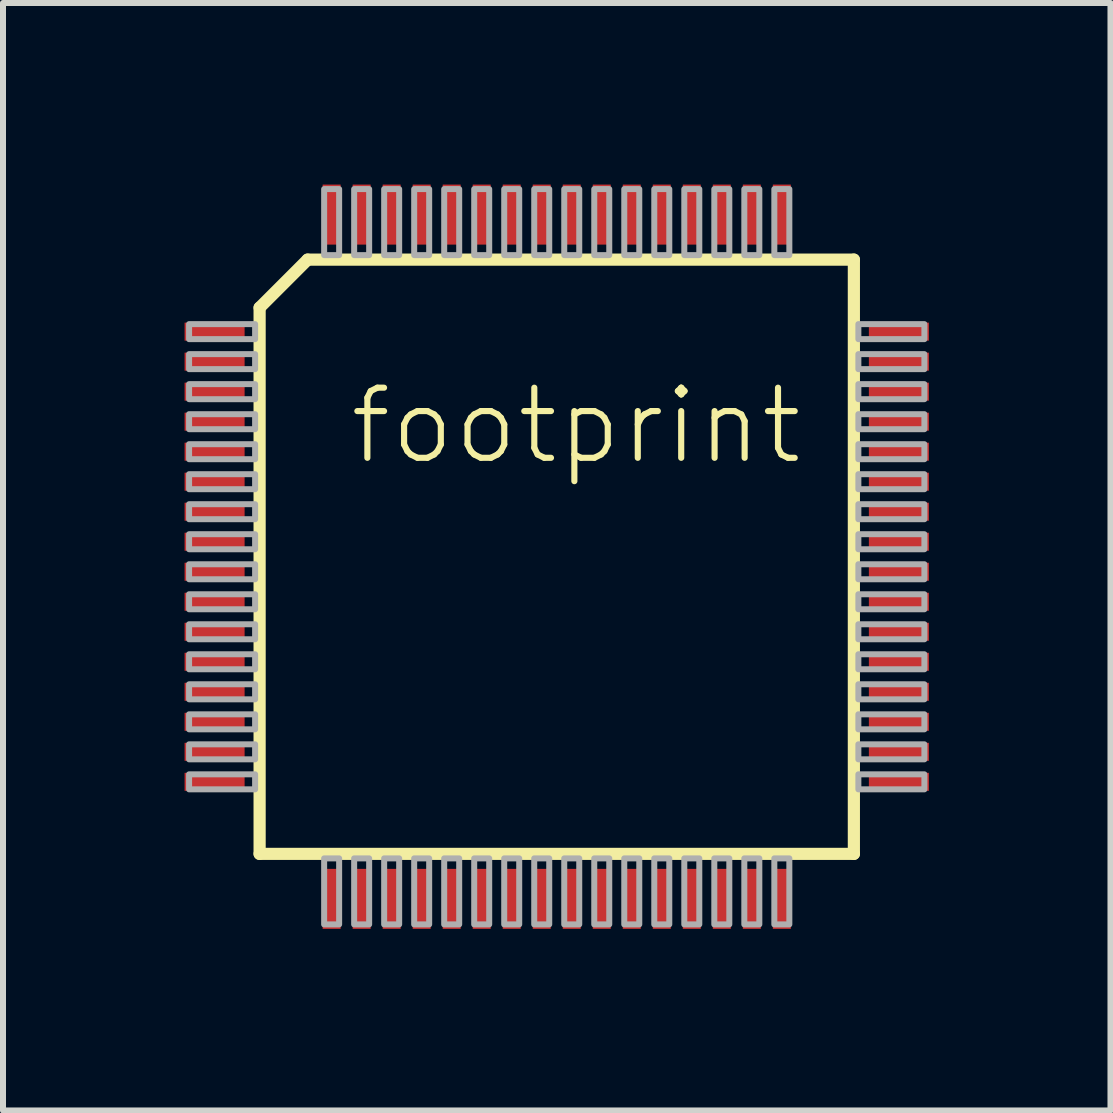
<source format=kicad_pcb>
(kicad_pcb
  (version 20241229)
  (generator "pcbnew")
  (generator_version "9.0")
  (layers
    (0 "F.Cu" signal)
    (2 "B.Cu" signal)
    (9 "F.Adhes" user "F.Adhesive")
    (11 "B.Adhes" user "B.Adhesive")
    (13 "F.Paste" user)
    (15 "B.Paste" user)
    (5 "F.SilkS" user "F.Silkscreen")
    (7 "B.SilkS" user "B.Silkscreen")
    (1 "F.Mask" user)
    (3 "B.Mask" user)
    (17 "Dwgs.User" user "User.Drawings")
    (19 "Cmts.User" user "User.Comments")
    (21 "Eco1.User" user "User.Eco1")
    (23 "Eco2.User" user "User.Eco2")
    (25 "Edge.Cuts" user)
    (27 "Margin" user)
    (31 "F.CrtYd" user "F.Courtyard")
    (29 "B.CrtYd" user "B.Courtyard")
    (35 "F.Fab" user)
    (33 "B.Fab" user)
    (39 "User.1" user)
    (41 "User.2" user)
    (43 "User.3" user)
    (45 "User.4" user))
  (footprint "footprint"
    (layer "F.Cu")
    (at 6.225 6.225)
    (property "Reference" "footprint" (at -3.5 -1.5 0) (layer "F.SilkS") (effects (font (size 1.168 1.168) (thickness 0.102)) (justify left bottom)))
    (fp_poly (pts (xy -6.225 -3.575) (xy -5.175 -3.575) (xy -5.175 -3.925) (xy -6.225 -3.925)) (stroke (width 0) (type solid)) (fill yes) (layer "F.Mask"))
    (fp_poly (pts (xy -6.225 -3.075) (xy -5.175 -3.075) (xy -5.175 -3.425) (xy -6.225 -3.425)) (stroke (width 0) (type solid)) (fill yes) (layer "F.Mask"))
    (fp_poly (pts (xy -6.225 -2.575) (xy -5.175 -2.575) (xy -5.175 -2.925) (xy -6.225 -2.925)) (stroke (width 0) (type solid)) (fill yes) (layer "F.Mask"))
    (fp_poly (pts (xy -6.225 -2.075) (xy -5.175 -2.075) (xy -5.175 -2.425) (xy -6.225 -2.425)) (stroke (width 0) (type solid)) (fill yes) (layer "F.Mask"))
    (fp_poly (pts (xy -6.225 -1.575) (xy -5.175 -1.575) (xy -5.175 -1.925) (xy -6.225 -1.925)) (stroke (width 0) (type solid)) (fill yes) (layer "F.Mask"))
    (fp_poly (pts (xy -6.225 -1.075) (xy -5.175 -1.075) (xy -5.175 -1.425) (xy -6.225 -1.425)) (stroke (width 0) (type solid)) (fill yes) (layer "F.Mask"))
    (fp_poly (pts (xy -6.225 -0.575) (xy -5.175 -0.575) (xy -5.175 -0.925) (xy -6.225 -0.925)) (stroke (width 0) (type solid)) (fill yes) (layer "F.Mask"))
    (fp_poly (pts (xy -6.225 -0.075) (xy -5.175 -0.075) (xy -5.175 -0.425) (xy -6.225 -0.425)) (stroke (width 0) (type solid)) (fill yes) (layer "F.Mask"))
    (fp_poly (pts (xy -6.225 0.425) (xy -5.175 0.425) (xy -5.175 0.075) (xy -6.225 0.075)) (stroke (width 0) (type solid)) (fill yes) (layer "F.Mask"))
    (fp_poly (pts (xy -6.225 0.925) (xy -5.175 0.925) (xy -5.175 0.575) (xy -6.225 0.575)) (stroke (width 0) (type solid)) (fill yes) (layer "F.Mask"))
    (fp_poly (pts (xy -6.225 1.425) (xy -5.175 1.425) (xy -5.175 1.075) (xy -6.225 1.075)) (stroke (width 0) (type solid)) (fill yes) (layer "F.Mask"))
    (fp_poly (pts (xy -6.225 1.925) (xy -5.175 1.925) (xy -5.175 1.575) (xy -6.225 1.575)) (stroke (width 0) (type solid)) (fill yes) (layer "F.Mask"))
    (fp_poly (pts (xy -6.225 2.425) (xy -5.175 2.425) (xy -5.175 2.075) (xy -6.225 2.075)) (stroke (width 0) (type solid)) (fill yes) (layer "F.Mask"))
    (fp_poly (pts (xy -6.225 2.925) (xy -5.175 2.925) (xy -5.175 2.575) (xy -6.225 2.575)) (stroke (width 0) (type solid)) (fill yes) (layer "F.Mask"))
    (fp_poly (pts (xy -6.225 3.425) (xy -5.175 3.425) (xy -5.175 3.075) (xy -6.225 3.075)) (stroke (width 0) (type solid)) (fill yes) (layer "F.Mask"))
    (fp_poly (pts (xy -6.225 3.925) (xy -5.175 3.925) (xy -5.175 3.575) (xy -6.225 3.575)) (stroke (width 0) (type solid)) (fill yes) (layer "F.Mask"))
    (fp_poly (pts (xy -3.925 -6.225) (xy -3.925 -5.175) (xy -3.575 -5.175) (xy -3.575 -6.225)) (stroke (width 0) (type solid)) (fill yes) (layer "F.Mask"))
    (fp_poly (pts (xy -3.575 6.225) (xy -3.575 5.175) (xy -3.925 5.175) (xy -3.925 6.225)) (stroke (width 0) (type solid)) (fill yes) (layer "F.Mask"))
    (fp_poly (pts (xy -3.425 -6.225) (xy -3.425 -5.175) (xy -3.075 -5.175) (xy -3.075 -6.225)) (stroke (width 0) (type solid)) (fill yes) (layer "F.Mask"))
    (fp_poly (pts (xy -3.075 6.225) (xy -3.075 5.175) (xy -3.425 5.175) (xy -3.425 6.225)) (stroke (width 0) (type solid)) (fill yes) (layer "F.Mask"))
    (fp_poly (pts (xy -2.925 -6.225) (xy -2.925 -5.175) (xy -2.575 -5.175) (xy -2.575 -6.225)) (stroke (width 0) (type solid)) (fill yes) (layer "F.Mask"))
    (fp_poly (pts (xy -2.575 6.225) (xy -2.575 5.175) (xy -2.925 5.175) (xy -2.925 6.225)) (stroke (width 0) (type solid)) (fill yes) (layer "F.Mask"))
    (fp_poly (pts (xy -2.425 -6.225) (xy -2.425 -5.175) (xy -2.075 -5.175) (xy -2.075 -6.225)) (stroke (width 0) (type solid)) (fill yes) (layer "F.Mask"))
    (fp_poly (pts (xy -2.075 6.225) (xy -2.075 5.175) (xy -2.425 5.175) (xy -2.425 6.225)) (stroke (width 0) (type solid)) (fill yes) (layer "F.Mask"))
    (fp_poly (pts (xy -1.925 -6.225) (xy -1.925 -5.175) (xy -1.575 -5.175) (xy -1.575 -6.225)) (stroke (width 0) (type solid)) (fill yes) (layer "F.Mask"))
    (fp_poly (pts (xy -1.575 6.225) (xy -1.575 5.175) (xy -1.925 5.175) (xy -1.925 6.225)) (stroke (width 0) (type solid)) (fill yes) (layer "F.Mask"))
    (fp_poly (pts (xy -1.425 -6.225) (xy -1.425 -5.175) (xy -1.075 -5.175) (xy -1.075 -6.225)) (stroke (width 0) (type solid)) (fill yes) (layer "F.Mask"))
    (fp_poly (pts (xy -1.075 6.225) (xy -1.075 5.175) (xy -1.425 5.175) (xy -1.425 6.225)) (stroke (width 0) (type solid)) (fill yes) (layer "F.Mask"))
    (fp_poly (pts (xy -0.925 -6.225) (xy -0.925 -5.175) (xy -0.575 -5.175) (xy -0.575 -6.225)) (stroke (width 0) (type solid)) (fill yes) (layer "F.Mask"))
    (fp_poly (pts (xy -0.575 6.225) (xy -0.575 5.175) (xy -0.925 5.175) (xy -0.925 6.225)) (stroke (width 0) (type solid)) (fill yes) (layer "F.Mask"))
    (fp_poly (pts (xy -0.425 -6.225) (xy -0.425 -5.175) (xy -0.075 -5.175) (xy -0.075 -6.225)) (stroke (width 0) (type solid)) (fill yes) (layer "F.Mask"))
    (fp_poly (pts (xy -0.075 6.225) (xy -0.075 5.175) (xy -0.425 5.175) (xy -0.425 6.225)) (stroke (width 0) (type solid)) (fill yes) (layer "F.Mask"))
    (fp_poly (pts (xy 0.075 -6.225) (xy 0.075 -5.175) (xy 0.425 -5.175) (xy 0.425 -6.225)) (stroke (width 0) (type solid)) (fill yes) (layer "F.Mask"))
    (fp_poly (pts (xy 0.425 6.225) (xy 0.425 5.175) (xy 0.075 5.175) (xy 0.075 6.225)) (stroke (width 0) (type solid)) (fill yes) (layer "F.Mask"))
    (fp_poly (pts (xy 0.575 -6.225) (xy 0.575 -5.175) (xy 0.925 -5.175) (xy 0.925 -6.225)) (stroke (width 0) (type solid)) (fill yes) (layer "F.Mask"))
    (fp_poly (pts (xy 0.925 6.225) (xy 0.925 5.175) (xy 0.575 5.175) (xy 0.575 6.225)) (stroke (width 0) (type solid)) (fill yes) (layer "F.Mask"))
    (fp_poly (pts (xy 1.075 -6.225) (xy 1.075 -5.175) (xy 1.425 -5.175) (xy 1.425 -6.225)) (stroke (width 0) (type solid)) (fill yes) (layer "F.Mask"))
    (fp_poly (pts (xy 1.425 6.225) (xy 1.425 5.175) (xy 1.075 5.175) (xy 1.075 6.225)) (stroke (width 0) (type solid)) (fill yes) (layer "F.Mask"))
    (fp_poly (pts (xy 1.575 -6.225) (xy 1.575 -5.175) (xy 1.925 -5.175) (xy 1.925 -6.225)) (stroke (width 0) (type solid)) (fill yes) (layer "F.Mask"))
    (fp_poly (pts (xy 1.925 6.225) (xy 1.925 5.175) (xy 1.575 5.175) (xy 1.575 6.225)) (stroke (width 0) (type solid)) (fill yes) (layer "F.Mask"))
    (fp_poly (pts (xy 2.075 -6.225) (xy 2.075 -5.175) (xy 2.425 -5.175) (xy 2.425 -6.225)) (stroke (width 0) (type solid)) (fill yes) (layer "F.Mask"))
    (fp_poly (pts (xy 2.425 6.225) (xy 2.425 5.175) (xy 2.075 5.175) (xy 2.075 6.225)) (stroke (width 0) (type solid)) (fill yes) (layer "F.Mask"))
    (fp_poly (pts (xy 2.575 -6.225) (xy 2.575 -5.175) (xy 2.925 -5.175) (xy 2.925 -6.225)) (stroke (width 0) (type solid)) (fill yes) (layer "F.Mask"))
    (fp_poly (pts (xy 2.925 6.225) (xy 2.925 5.175) (xy 2.575 5.175) (xy 2.575 6.225)) (stroke (width 0) (type solid)) (fill yes) (layer "F.Mask"))
    (fp_poly (pts (xy 3.075 -6.225) (xy 3.075 -5.175) (xy 3.425 -5.175) (xy 3.425 -6.225)) (stroke (width 0) (type solid)) (fill yes) (layer "F.Mask"))
    (fp_poly (pts (xy 3.425 6.225) (xy 3.425 5.175) (xy 3.075 5.175) (xy 3.075 6.225)) (stroke (width 0) (type solid)) (fill yes) (layer "F.Mask"))
    (fp_poly (pts (xy 3.575 -6.225) (xy 3.575 -5.175) (xy 3.925 -5.175) (xy 3.925 -6.225)) (stroke (width 0) (type solid)) (fill yes) (layer "F.Mask"))
    (fp_poly (pts (xy 3.925 6.225) (xy 3.925 5.175) (xy 3.575 5.175) (xy 3.575 6.225)) (stroke (width 0) (type solid)) (fill yes) (layer "F.Mask"))
    (fp_poly (pts (xy 6.225 -3.925) (xy 5.175 -3.925) (xy 5.175 -3.575) (xy 6.225 -3.575)) (stroke (width 0) (type solid)) (fill yes) (layer "F.Mask"))
    (fp_poly (pts (xy 6.225 -3.425) (xy 5.175 -3.425) (xy 5.175 -3.075) (xy 6.225 -3.075)) (stroke (width 0) (type solid)) (fill yes) (layer "F.Mask"))
    (fp_poly (pts (xy 6.225 -2.925) (xy 5.175 -2.925) (xy 5.175 -2.575) (xy 6.225 -2.575)) (stroke (width 0) (type solid)) (fill yes) (layer "F.Mask"))
    (fp_poly (pts (xy 6.225 -2.425) (xy 5.175 -2.425) (xy 5.175 -2.075) (xy 6.225 -2.075)) (stroke (width 0) (type solid)) (fill yes) (layer "F.Mask"))
    (fp_poly (pts (xy 6.225 -1.925) (xy 5.175 -1.925) (xy 5.175 -1.575) (xy 6.225 -1.575)) (stroke (width 0) (type solid)) (fill yes) (layer "F.Mask"))
    (fp_poly (pts (xy 6.225 -1.425) (xy 5.175 -1.425) (xy 5.175 -1.075) (xy 6.225 -1.075)) (stroke (width 0) (type solid)) (fill yes) (layer "F.Mask"))
    (fp_poly (pts (xy 6.225 -0.925) (xy 5.175 -0.925) (xy 5.175 -0.575) (xy 6.225 -0.575)) (stroke (width 0) (type solid)) (fill yes) (layer "F.Mask"))
    (fp_poly (pts (xy 6.225 -0.425) (xy 5.175 -0.425) (xy 5.175 -0.075) (xy 6.225 -0.075)) (stroke (width 0) (type solid)) (fill yes) (layer "F.Mask"))
    (fp_poly (pts (xy 6.225 0.075) (xy 5.175 0.075) (xy 5.175 0.425) (xy 6.225 0.425)) (stroke (width 0) (type solid)) (fill yes) (layer "F.Mask"))
    (fp_poly (pts (xy 6.225 0.575) (xy 5.175 0.575) (xy 5.175 0.925) (xy 6.225 0.925)) (stroke (width 0) (type solid)) (fill yes) (layer "F.Mask"))
    (fp_poly (pts (xy 6.225 1.075) (xy 5.175 1.075) (xy 5.175 1.425) (xy 6.225 1.425)) (stroke (width 0) (type solid)) (fill yes) (layer "F.Mask"))
    (fp_poly (pts (xy 6.225 1.575) (xy 5.175 1.575) (xy 5.175 1.925) (xy 6.225 1.925)) (stroke (width 0) (type solid)) (fill yes) (layer "F.Mask"))
    (fp_poly (pts (xy 6.225 2.075) (xy 5.175 2.075) (xy 5.175 2.425) (xy 6.225 2.425)) (stroke (width 0) (type solid)) (fill yes) (layer "F.Mask"))
    (fp_poly (pts (xy 6.225 2.575) (xy 5.175 2.575) (xy 5.175 2.925) (xy 6.225 2.925)) (stroke (width 0) (type solid)) (fill yes) (layer "F.Mask"))
    (fp_poly (pts (xy 6.225 3.075) (xy 5.175 3.075) (xy 5.175 3.425) (xy 6.225 3.425)) (stroke (width 0) (type solid)) (fill yes) (layer "F.Mask"))
    (fp_poly (pts (xy 6.225 3.575) (xy 5.175 3.575) (xy 5.175 3.925) (xy 6.225 3.925)) (stroke (width 0) (type solid)) (fill yes) (layer "F.Mask"))
    (fp_line (start -4.95 -4.15) (end -4.15 -4.95) (stroke (width 0.203) (type solid)) (layer "F.SilkS"))
    (fp_line (start -4.95 4.95) (end -4.95 -4.15) (stroke (width 0.203) (type solid)) (layer "F.SilkS"))
    (fp_line (start -4.15 -4.95) (end 4.95 -4.95) (stroke (width 0.203) (type solid)) (layer "F.SilkS"))
    (fp_line (start 4.95 -4.95) (end 4.95 4.95) (stroke (width 0.203) (type solid)) (layer "F.SilkS"))
    (fp_line (start 4.95 4.95) (end -4.95 4.95) (stroke (width 0.203) (type solid)) (layer "F.SilkS"))
    (fp_poly (pts (xy -6.125 -3.625) (xy -5.025 -3.625) (xy -5.025 -3.875) (xy -6.125 -3.875)) (stroke (width 0.1) (type solid)) (fill no) (layer "F.Fab"))
    (fp_poly (pts (xy -6.125 -3.125) (xy -5.025 -3.125) (xy -5.025 -3.375) (xy -6.125 -3.375)) (stroke (width 0.1) (type solid)) (fill no) (layer "F.Fab"))
    (fp_poly (pts (xy -6.125 -2.625) (xy -5.025 -2.625) (xy -5.025 -2.875) (xy -6.125 -2.875)) (stroke (width 0.1) (type solid)) (fill no) (layer "F.Fab"))
    (fp_poly (pts (xy -6.125 -2.125) (xy -5.025 -2.125) (xy -5.025 -2.375) (xy -6.125 -2.375)) (stroke (width 0.1) (type solid)) (fill no) (layer "F.Fab"))
    (fp_poly (pts (xy -6.125 -1.625) (xy -5.025 -1.625) (xy -5.025 -1.875) (xy -6.125 -1.875)) (stroke (width 0.1) (type solid)) (fill no) (layer "F.Fab"))
    (fp_poly (pts (xy -6.125 -1.125) (xy -5.025 -1.125) (xy -5.025 -1.375) (xy -6.125 -1.375)) (stroke (width 0.1) (type solid)) (fill no) (layer "F.Fab"))
    (fp_poly (pts (xy -6.125 -0.625) (xy -5.025 -0.625) (xy -5.025 -0.875) (xy -6.125 -0.875)) (stroke (width 0.1) (type solid)) (fill no) (layer "F.Fab"))
    (fp_poly (pts (xy -6.125 -0.125) (xy -5.025 -0.125) (xy -5.025 -0.375) (xy -6.125 -0.375)) (stroke (width 0.1) (type solid)) (fill no) (layer "F.Fab"))
    (fp_poly (pts (xy -6.125 0.375) (xy -5.025 0.375) (xy -5.025 0.125) (xy -6.125 0.125)) (stroke (width 0.1) (type solid)) (fill no) (layer "F.Fab"))
    (fp_poly (pts (xy -6.125 0.875) (xy -5.025 0.875) (xy -5.025 0.625) (xy -6.125 0.625)) (stroke (width 0.1) (type solid)) (fill no) (layer "F.Fab"))
    (fp_poly (pts (xy -6.125 1.375) (xy -5.025 1.375) (xy -5.025 1.125) (xy -6.125 1.125)) (stroke (width 0.1) (type solid)) (fill no) (layer "F.Fab"))
    (fp_poly (pts (xy -6.125 1.875) (xy -5.025 1.875) (xy -5.025 1.625) (xy -6.125 1.625)) (stroke (width 0.1) (type solid)) (fill no) (layer "F.Fab"))
    (fp_poly (pts (xy -6.125 2.375) (xy -5.025 2.375) (xy -5.025 2.125) (xy -6.125 2.125)) (stroke (width 0.1) (type solid)) (fill no) (layer "F.Fab"))
    (fp_poly (pts (xy -6.125 2.875) (xy -5.025 2.875) (xy -5.025 2.625) (xy -6.125 2.625)) (stroke (width 0.1) (type solid)) (fill no) (layer "F.Fab"))
    (fp_poly (pts (xy -6.125 3.375) (xy -5.025 3.375) (xy -5.025 3.125) (xy -6.125 3.125)) (stroke (width 0.1) (type solid)) (fill no) (layer "F.Fab"))
    (fp_poly (pts (xy -6.125 3.875) (xy -5.025 3.875) (xy -5.025 3.625) (xy -6.125 3.625)) (stroke (width 0.1) (type solid)) (fill no) (layer "F.Fab"))
    (fp_poly (pts (xy -3.875 -6.125) (xy -3.875 -5.025) (xy -3.625 -5.025) (xy -3.625 -6.125)) (stroke (width 0.1) (type solid)) (fill no) (layer "F.Fab"))
    (fp_poly (pts (xy -3.625 6.125) (xy -3.625 5.025) (xy -3.875 5.025) (xy -3.875 6.125)) (stroke (width 0.1) (type solid)) (fill no) (layer "F.Fab"))
    (fp_poly (pts (xy -3.375 -6.125) (xy -3.375 -5.025) (xy -3.125 -5.025) (xy -3.125 -6.125)) (stroke (width 0.1) (type solid)) (fill no) (layer "F.Fab"))
    (fp_poly (pts (xy -3.125 6.125) (xy -3.125 5.025) (xy -3.375 5.025) (xy -3.375 6.125)) (stroke (width 0.1) (type solid)) (fill no) (layer "F.Fab"))
    (fp_poly (pts (xy -2.875 -6.125) (xy -2.875 -5.025) (xy -2.625 -5.025) (xy -2.625 -6.125)) (stroke (width 0.1) (type solid)) (fill no) (layer "F.Fab"))
    (fp_poly (pts (xy -2.625 6.125) (xy -2.625 5.025) (xy -2.875 5.025) (xy -2.875 6.125)) (stroke (width 0.1) (type solid)) (fill no) (layer "F.Fab"))
    (fp_poly (pts (xy -2.375 -6.125) (xy -2.375 -5.025) (xy -2.125 -5.025) (xy -2.125 -6.125)) (stroke (width 0.1) (type solid)) (fill no) (layer "F.Fab"))
    (fp_poly (pts (xy -2.125 6.125) (xy -2.125 5.025) (xy -2.375 5.025) (xy -2.375 6.125)) (stroke (width 0.1) (type solid)) (fill no) (layer "F.Fab"))
    (fp_poly (pts (xy -1.875 -6.125) (xy -1.875 -5.025) (xy -1.625 -5.025) (xy -1.625 -6.125)) (stroke (width 0.1) (type solid)) (fill no) (layer "F.Fab"))
    (fp_poly (pts (xy -1.625 6.125) (xy -1.625 5.025) (xy -1.875 5.025) (xy -1.875 6.125)) (stroke (width 0.1) (type solid)) (fill no) (layer "F.Fab"))
    (fp_poly (pts (xy -1.375 -6.125) (xy -1.375 -5.025) (xy -1.125 -5.025) (xy -1.125 -6.125)) (stroke (width 0.1) (type solid)) (fill no) (layer "F.Fab"))
    (fp_poly (pts (xy -1.125 6.125) (xy -1.125 5.025) (xy -1.375 5.025) (xy -1.375 6.125)) (stroke (width 0.1) (type solid)) (fill no) (layer "F.Fab"))
    (fp_poly (pts (xy -0.875 -6.125) (xy -0.875 -5.025) (xy -0.625 -5.025) (xy -0.625 -6.125)) (stroke (width 0.1) (type solid)) (fill no) (layer "F.Fab"))
    (fp_poly (pts (xy -0.625 6.125) (xy -0.625 5.025) (xy -0.875 5.025) (xy -0.875 6.125)) (stroke (width 0.1) (type solid)) (fill no) (layer "F.Fab"))
    (fp_poly (pts (xy -0.375 -6.125) (xy -0.375 -5.025) (xy -0.125 -5.025) (xy -0.125 -6.125)) (stroke (width 0.1) (type solid)) (fill no) (layer "F.Fab"))
    (fp_poly (pts (xy -0.125 6.125) (xy -0.125 5.025) (xy -0.375 5.025) (xy -0.375 6.125)) (stroke (width 0.1) (type solid)) (fill no) (layer "F.Fab"))
    (fp_poly (pts (xy 0.125 -6.125) (xy 0.125 -5.025) (xy 0.375 -5.025) (xy 0.375 -6.125)) (stroke (width 0.1) (type solid)) (fill no) (layer "F.Fab"))
    (fp_poly (pts (xy 0.375 6.125) (xy 0.375 5.025) (xy 0.125 5.025) (xy 0.125 6.125)) (stroke (width 0.1) (type solid)) (fill no) (layer "F.Fab"))
    (fp_poly (pts (xy 0.625 -6.125) (xy 0.625 -5.025) (xy 0.875 -5.025) (xy 0.875 -6.125)) (stroke (width 0.1) (type solid)) (fill no) (layer "F.Fab"))
    (fp_poly (pts (xy 0.875 6.125) (xy 0.875 5.025) (xy 0.625 5.025) (xy 0.625 6.125)) (stroke (width 0.1) (type solid)) (fill no) (layer "F.Fab"))
    (fp_poly (pts (xy 1.125 -6.125) (xy 1.125 -5.025) (xy 1.375 -5.025) (xy 1.375 -6.125)) (stroke (width 0.1) (type solid)) (fill no) (layer "F.Fab"))
    (fp_poly (pts (xy 1.375 6.125) (xy 1.375 5.025) (xy 1.125 5.025) (xy 1.125 6.125)) (stroke (width 0.1) (type solid)) (fill no) (layer "F.Fab"))
    (fp_poly (pts (xy 1.625 -6.125) (xy 1.625 -5.025) (xy 1.875 -5.025) (xy 1.875 -6.125)) (stroke (width 0.1) (type solid)) (fill no) (layer "F.Fab"))
    (fp_poly (pts (xy 1.875 6.125) (xy 1.875 5.025) (xy 1.625 5.025) (xy 1.625 6.125)) (stroke (width 0.1) (type solid)) (fill no) (layer "F.Fab"))
    (fp_poly (pts (xy 2.125 -6.125) (xy 2.125 -5.025) (xy 2.375 -5.025) (xy 2.375 -6.125)) (stroke (width 0.1) (type solid)) (fill no) (layer "F.Fab"))
    (fp_poly (pts (xy 2.375 6.125) (xy 2.375 5.025) (xy 2.125 5.025) (xy 2.125 6.125)) (stroke (width 0.1) (type solid)) (fill no) (layer "F.Fab"))
    (fp_poly (pts (xy 2.625 -6.125) (xy 2.625 -5.025) (xy 2.875 -5.025) (xy 2.875 -6.125)) (stroke (width 0.1) (type solid)) (fill no) (layer "F.Fab"))
    (fp_poly (pts (xy 2.875 6.125) (xy 2.875 5.025) (xy 2.625 5.025) (xy 2.625 6.125)) (stroke (width 0.1) (type solid)) (fill no) (layer "F.Fab"))
    (fp_poly (pts (xy 3.125 -6.125) (xy 3.125 -5.025) (xy 3.375 -5.025) (xy 3.375 -6.125)) (stroke (width 0.1) (type solid)) (fill no) (layer "F.Fab"))
    (fp_poly (pts (xy 3.375 6.125) (xy 3.375 5.025) (xy 3.125 5.025) (xy 3.125 6.125)) (stroke (width 0.1) (type solid)) (fill no) (layer "F.Fab"))
    (fp_poly (pts (xy 3.625 -6.125) (xy 3.625 -5.025) (xy 3.875 -5.025) (xy 3.875 -6.125)) (stroke (width 0.1) (type solid)) (fill no) (layer "F.Fab"))
    (fp_poly (pts (xy 3.875 6.125) (xy 3.875 5.025) (xy 3.625 5.025) (xy 3.625 6.125)) (stroke (width 0.1) (type solid)) (fill no) (layer "F.Fab"))
    (fp_poly (pts (xy 6.125 -3.875) (xy 5.025 -3.875) (xy 5.025 -3.625) (xy 6.125 -3.625)) (stroke (width 0.1) (type solid)) (fill no) (layer "F.Fab"))
    (fp_poly (pts (xy 6.125 -3.375) (xy 5.025 -3.375) (xy 5.025 -3.125) (xy 6.125 -3.125)) (stroke (width 0.1) (type solid)) (fill no) (layer "F.Fab"))
    (fp_poly (pts (xy 6.125 -2.875) (xy 5.025 -2.875) (xy 5.025 -2.625) (xy 6.125 -2.625)) (stroke (width 0.1) (type solid)) (fill no) (layer "F.Fab"))
    (fp_poly (pts (xy 6.125 -2.375) (xy 5.025 -2.375) (xy 5.025 -2.125) (xy 6.125 -2.125)) (stroke (width 0.1) (type solid)) (fill no) (layer "F.Fab"))
    (fp_poly (pts (xy 6.125 -1.875) (xy 5.025 -1.875) (xy 5.025 -1.625) (xy 6.125 -1.625)) (stroke (width 0.1) (type solid)) (fill no) (layer "F.Fab"))
    (fp_poly (pts (xy 6.125 -1.375) (xy 5.025 -1.375) (xy 5.025 -1.125) (xy 6.125 -1.125)) (stroke (width 0.1) (type solid)) (fill no) (layer "F.Fab"))
    (fp_poly (pts (xy 6.125 -0.875) (xy 5.025 -0.875) (xy 5.025 -0.625) (xy 6.125 -0.625)) (stroke (width 0.1) (type solid)) (fill no) (layer "F.Fab"))
    (fp_poly (pts (xy 6.125 -0.375) (xy 5.025 -0.375) (xy 5.025 -0.125) (xy 6.125 -0.125)) (stroke (width 0.1) (type solid)) (fill no) (layer "F.Fab"))
    (fp_poly (pts (xy 6.125 0.125) (xy 5.025 0.125) (xy 5.025 0.375) (xy 6.125 0.375)) (stroke (width 0.1) (type solid)) (fill no) (layer "F.Fab"))
    (fp_poly (pts (xy 6.125 0.625) (xy 5.025 0.625) (xy 5.025 0.875) (xy 6.125 0.875)) (stroke (width 0.1) (type solid)) (fill no) (layer "F.Fab"))
    (fp_poly (pts (xy 6.125 1.125) (xy 5.025 1.125) (xy 5.025 1.375) (xy 6.125 1.375)) (stroke (width 0.1) (type solid)) (fill no) (layer "F.Fab"))
    (fp_poly (pts (xy 6.125 1.625) (xy 5.025 1.625) (xy 5.025 1.875) (xy 6.125 1.875)) (stroke (width 0.1) (type solid)) (fill no) (layer "F.Fab"))
    (fp_poly (pts (xy 6.125 2.125) (xy 5.025 2.125) (xy 5.025 2.375) (xy 6.125 2.375)) (stroke (width 0.1) (type solid)) (fill no) (layer "F.Fab"))
    (fp_poly (pts (xy 6.125 2.625) (xy 5.025 2.625) (xy 5.025 2.875) (xy 6.125 2.875)) (stroke (width 0.1) (type solid)) (fill no) (layer "F.Fab"))
    (fp_poly (pts (xy 6.125 3.125) (xy 5.025 3.125) (xy 5.025 3.375) (xy 6.125 3.375)) (stroke (width 0.1) (type solid)) (fill no) (layer "F.Fab"))
    (fp_poly (pts (xy 6.125 3.625) (xy 5.025 3.625) (xy 5.025 3.875) (xy 6.125 3.875)) (stroke (width 0.1) (type solid)) (fill no) (layer "F.Fab"))
    (pad "1" smd rect (at -5.7 -3.75) (size 1 0.3) (layers "F.Cu" "F.Paste"))
    (pad "2" smd rect (at -5.7 -3.25) (size 1 0.3) (layers "F.Cu" "F.Paste"))
    (pad "3" smd rect (at -5.7 -2.75) (size 1 0.3) (layers "F.Cu" "F.Paste"))
    (pad "4" smd rect (at -5.7 -2.25) (size 1 0.3) (layers "F.Cu" "F.Paste"))
    (pad "5" smd rect (at -5.7 -1.75) (size 1 0.3) (layers "F.Cu" "F.Paste"))
    (pad "6" smd rect (at -5.7 -1.25) (size 1 0.3) (layers "F.Cu" "F.Paste"))
    (pad "7" smd rect (at -5.7 -0.75) (size 1 0.3) (layers "F.Cu" "F.Paste"))
    (pad "8" smd rect (at -5.7 -0.25) (size 1 0.3) (layers "F.Cu" "F.Paste"))
    (pad "9" smd rect (at -5.7 0.25) (size 1 0.3) (layers "F.Cu" "F.Paste"))
    (pad "10" smd rect (at -5.7 0.75) (size 1 0.3) (layers "F.Cu" "F.Paste"))
    (pad "11" smd rect (at -5.7 1.25) (size 1 0.3) (layers "F.Cu" "F.Paste"))
    (pad "12" smd rect (at -5.7 1.75) (size 1 0.3) (layers "F.Cu" "F.Paste"))
    (pad "13" smd rect (at -5.7 2.25) (size 1 0.3) (layers "F.Cu" "F.Paste"))
    (pad "14" smd rect (at -5.7 2.75) (size 1 0.3) (layers "F.Cu" "F.Paste"))
    (pad "15" smd rect (at -5.7 3.25) (size 1 0.3) (layers "F.Cu" "F.Paste"))
    (pad "16" smd rect (at -5.7 3.75) (size 1 0.3) (layers "F.Cu" "F.Paste"))
    (pad "17" smd rect (at -3.75 5.7 90) (size 1 0.3) (layers "F.Cu" "F.Paste"))
    (pad "18" smd rect (at -3.25 5.7 90) (size 1 0.3) (layers "F.Cu" "F.Paste"))
    (pad "19" smd rect (at -2.75 5.7 90) (size 1 0.3) (layers "F.Cu" "F.Paste"))
    (pad "20" smd rect (at -2.25 5.7 90) (size 1 0.3) (layers "F.Cu" "F.Paste"))
    (pad "21" smd rect (at -1.75 5.7 90) (size 1 0.3) (layers "F.Cu" "F.Paste"))
    (pad "22" smd rect (at -1.25 5.7 90) (size 1 0.3) (layers "F.Cu" "F.Paste"))
    (pad "23" smd rect (at -0.75 5.7 90) (size 1 0.3) (layers "F.Cu" "F.Paste"))
    (pad "24" smd rect (at -0.25 5.7 90) (size 1 0.3) (layers "F.Cu" "F.Paste"))
    (pad "25" smd rect (at 0.25 5.7 90) (size 1 0.3) (layers "F.Cu" "F.Paste"))
    (pad "26" smd rect (at 0.75 5.7 90) (size 1 0.3) (layers "F.Cu" "F.Paste"))
    (pad "27" smd rect (at 1.25 5.7 90) (size 1 0.3) (layers "F.Cu" "F.Paste"))
    (pad "28" smd rect (at 1.75 5.7 90) (size 1 0.3) (layers "F.Cu" "F.Paste"))
    (pad "29" smd rect (at 2.25 5.7 90) (size 1 0.3) (layers "F.Cu" "F.Paste"))
    (pad "30" smd rect (at 2.75 5.7 90) (size 1 0.3) (layers "F.Cu" "F.Paste"))
    (pad "31" smd rect (at 3.25 5.7 90) (size 1 0.3) (layers "F.Cu" "F.Paste"))
    (pad "32" smd rect (at 3.75 5.7 90) (size 1 0.3) (layers "F.Cu" "F.Paste"))
    (pad "33" smd rect (at 5.7 3.75 180) (size 1 0.3) (layers "F.Cu" "F.Paste"))
    (pad "34" smd rect (at 5.7 3.25 180) (size 1 0.3) (layers "F.Cu" "F.Paste"))
    (pad "35" smd rect (at 5.7 2.75 180) (size 1 0.3) (layers "F.Cu" "F.Paste"))
    (pad "36" smd rect (at 5.7 2.25 180) (size 1 0.3) (layers "F.Cu" "F.Paste"))
    (pad "37" smd rect (at 5.7 1.75 180) (size 1 0.3) (layers "F.Cu" "F.Paste"))
    (pad "38" smd rect (at 5.7 1.25 180) (size 1 0.3) (layers "F.Cu" "F.Paste"))
    (pad "39" smd rect (at 5.7 0.75 180) (size 1 0.3) (layers "F.Cu" "F.Paste"))
    (pad "40" smd rect (at 5.7 0.25 180) (size 1 0.3) (layers "F.Cu" "F.Paste"))
    (pad "41" smd rect (at 5.7 -0.25 180) (size 1 0.3) (layers "F.Cu" "F.Paste"))
    (pad "42" smd rect (at 5.7 -0.75 180) (size 1 0.3) (layers "F.Cu" "F.Paste"))
    (pad "43" smd rect (at 5.7 -1.25 180) (size 1 0.3) (layers "F.Cu" "F.Paste"))
    (pad "44" smd rect (at 5.7 -1.75 180) (size 1 0.3) (layers "F.Cu" "F.Paste"))
    (pad "45" smd rect (at 5.7 -2.25 180) (size 1 0.3) (layers "F.Cu" "F.Paste"))
    (pad "46" smd rect (at 5.7 -2.75 180) (size 1 0.3) (layers "F.Cu" "F.Paste"))
    (pad "47" smd rect (at 5.7 -3.25 180) (size 1 0.3) (layers "F.Cu" "F.Paste"))
    (pad "48" smd rect (at 5.7 -3.75 180) (size 1 0.3) (layers "F.Cu" "F.Paste"))
    (pad "49" smd rect (at 3.75 -5.7 270) (size 1 0.3) (layers "F.Cu" "F.Paste"))
    (pad "50" smd rect (at 3.25 -5.7 270) (size 1 0.3) (layers "F.Cu" "F.Paste"))
    (pad "51" smd rect (at 2.75 -5.7 270) (size 1 0.3) (layers "F.Cu" "F.Paste"))
    (pad "52" smd rect (at 2.25 -5.7 270) (size 1 0.3) (layers "F.Cu" "F.Paste"))
    (pad "53" smd rect (at 1.75 -5.7 270) (size 1 0.3) (layers "F.Cu" "F.Paste"))
    (pad "54" smd rect (at 1.25 -5.7 270) (size 1 0.3) (layers "F.Cu" "F.Paste"))
    (pad "55" smd rect (at 0.75 -5.7 270) (size 1 0.3) (layers "F.Cu" "F.Paste"))
    (pad "56" smd rect (at 0.25 -5.7 270) (size 1 0.3) (layers "F.Cu" "F.Paste"))
    (pad "57" smd rect (at -0.25 -5.7 270) (size 1 0.3) (layers "F.Cu" "F.Paste"))
    (pad "58" smd rect (at -0.75 -5.7 270) (size 1 0.3) (layers "F.Cu" "F.Paste"))
    (pad "59" smd rect (at -1.25 -5.7 270) (size 1 0.3) (layers "F.Cu" "F.Paste"))
    (pad "60" smd rect (at -1.75 -5.7 270) (size 1 0.3) (layers "F.Cu" "F.Paste"))
    (pad "61" smd rect (at -2.25 -5.7 270) (size 1 0.3) (layers "F.Cu" "F.Paste"))
    (pad "62" smd rect (at -2.75 -5.7 270) (size 1 0.3) (layers "F.Cu" "F.Paste"))
    (pad "63" smd rect (at -3.25 -5.7 270) (size 1 0.3) (layers "F.Cu" "F.Paste"))
    (pad "64" smd rect (at -3.75 -5.7 270) (size 1 0.3) (layers "F.Cu" "F.Paste")))
  (gr_rect
    (start -3 -3)
    (end 15.45 15.45)
    (stroke (width 0.1) (type default))
    (fill no)
    (layer "Edge.Cuts")))
</source>
